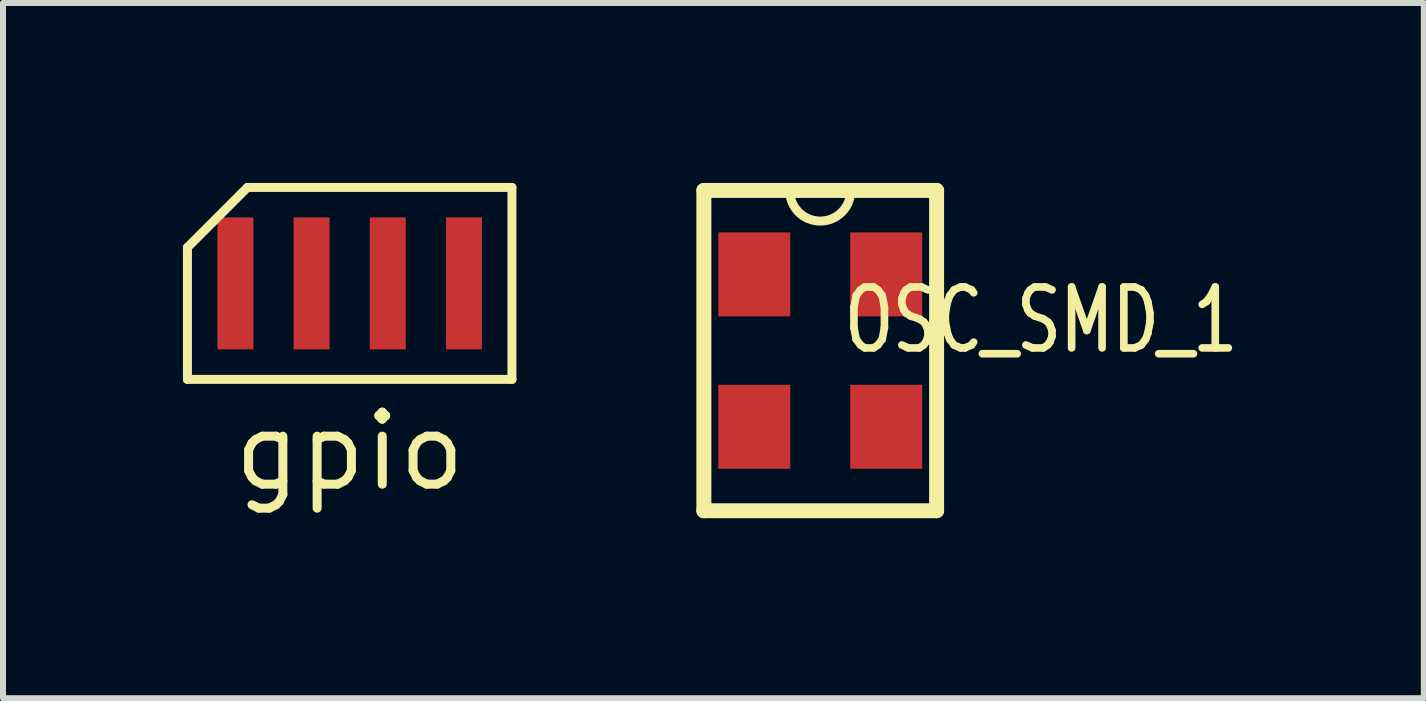
<source format=kicad_pcb>
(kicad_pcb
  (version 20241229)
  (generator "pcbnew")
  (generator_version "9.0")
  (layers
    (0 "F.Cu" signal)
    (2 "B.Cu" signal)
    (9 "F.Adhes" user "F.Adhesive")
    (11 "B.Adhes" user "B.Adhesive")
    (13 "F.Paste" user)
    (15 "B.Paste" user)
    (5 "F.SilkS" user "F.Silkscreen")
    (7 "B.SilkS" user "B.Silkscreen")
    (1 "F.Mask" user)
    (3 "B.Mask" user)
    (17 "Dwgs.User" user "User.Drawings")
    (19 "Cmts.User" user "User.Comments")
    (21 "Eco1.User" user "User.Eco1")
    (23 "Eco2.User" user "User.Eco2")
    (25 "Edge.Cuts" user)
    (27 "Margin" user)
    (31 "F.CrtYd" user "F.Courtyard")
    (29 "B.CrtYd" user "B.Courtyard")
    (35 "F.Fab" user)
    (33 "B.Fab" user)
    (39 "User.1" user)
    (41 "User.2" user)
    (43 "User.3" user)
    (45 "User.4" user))
  (footprint "gpio"
    (layer "F.Cu")
    (at 2.78 1.675)
    (property "Reference" "gpio" (at 0 2.8 0) (layer "F.SilkS") (effects (font (size 1.2 1.2) (thickness 0.15))))
    (attr through_hole)
    (fp_line (start -2.705 -0.6) (end -2.705 1.6) (stroke (width 0.15) (type solid)) (layer "F.SilkS"))
    (fp_line (start -2.705 1.6) (end 2.705 1.6) (stroke (width 0.15) (type solid)) (layer "F.SilkS"))
    (fp_line (start -1.705 -1.6) (end -2.705 -0.6) (stroke (width 0.15) (type solid)) (layer "F.SilkS"))
    (fp_line (start 2.705 -1.6) (end -1.705 -1.6) (stroke (width 0.15) (type solid)) (layer "F.SilkS"))
    (fp_line (start 2.705 1.6) (end 2.705 -1.6) (stroke (width 0.15) (type solid)) (layer "F.SilkS"))
    (pad "1" smd rect (at -1.905 0) (size 0.6 2.2) (layers "F.Cu" "F.Mask" "F.Paste"))
    (pad "2" smd rect (at -0.635 0) (size 0.6 2.2) (layers "F.Cu" "F.Mask" "F.Paste"))
    (pad "3" smd rect (at 0.635 0) (size 0.6 2.2) (layers "F.Cu" "F.Mask" "F.Paste"))
    (pad "4" smd rect (at 1.905 0) (size 0.6 2.2) (layers "F.Cu" "F.Mask" "F.Paste")))
  (footprint "OSC_SMD_1"
    (layer "F.Cu")
    (at 10.625 2.795)
    (property "Reference" "OSC_SMD_1" (at 3.683 -0.508 0) (layer "F.SilkS") (effects (font (size 1.016 0.762) (thickness 0.127))))
    (attr through_hole)
    (fp_line (start -1.94 -2.67) (end -1.94 2.67) (stroke (width 0.25) (type solid)) (layer "F.SilkS"))
    (fp_line (start -1.94 2.67) (end 1.94 2.67) (stroke (width 0.25) (type solid)) (layer "F.SilkS"))
    (fp_line (start 1.94 -2.67) (end -1.94 -2.67) (stroke (width 0.25) (type solid)) (layer "F.SilkS"))
    (fp_line (start 1.94 2.67) (end 1.94 -2.67) (stroke (width 0.25) (type solid)) (layer "F.SilkS"))
    (fp_arc (start 0.508 -2.667) (mid 0 -2.159) (end -0.508 -2.667) (stroke (width 0.15) (type solid)) (layer "F.SilkS"))
    (pad "1" smd rect (at -1.1 -1.27 270) (size 1.4 1.2) (layers "F.Cu" "F.Mask" "F.Paste"))
    (pad "2" smd rect (at -1.1 1.27 270) (size 1.4 1.2) (layers "F.Cu" "F.Mask" "F.Paste"))
    (pad "3" smd rect (at 1.1 1.27 270) (size 1.4 1.2) (layers "F.Cu" "F.Mask" "F.Paste"))
    (pad "4" smd rect (at 1.1 -1.27 270) (size 1.4 1.2) (layers "F.Cu" "F.Mask" "F.Paste")))
  (gr_rect
    (start -3 -3)
    (end 20.688 8.59)
    (stroke (width 0.1) (type default))
    (fill no)
    (layer "Edge.Cuts")))
</source>
